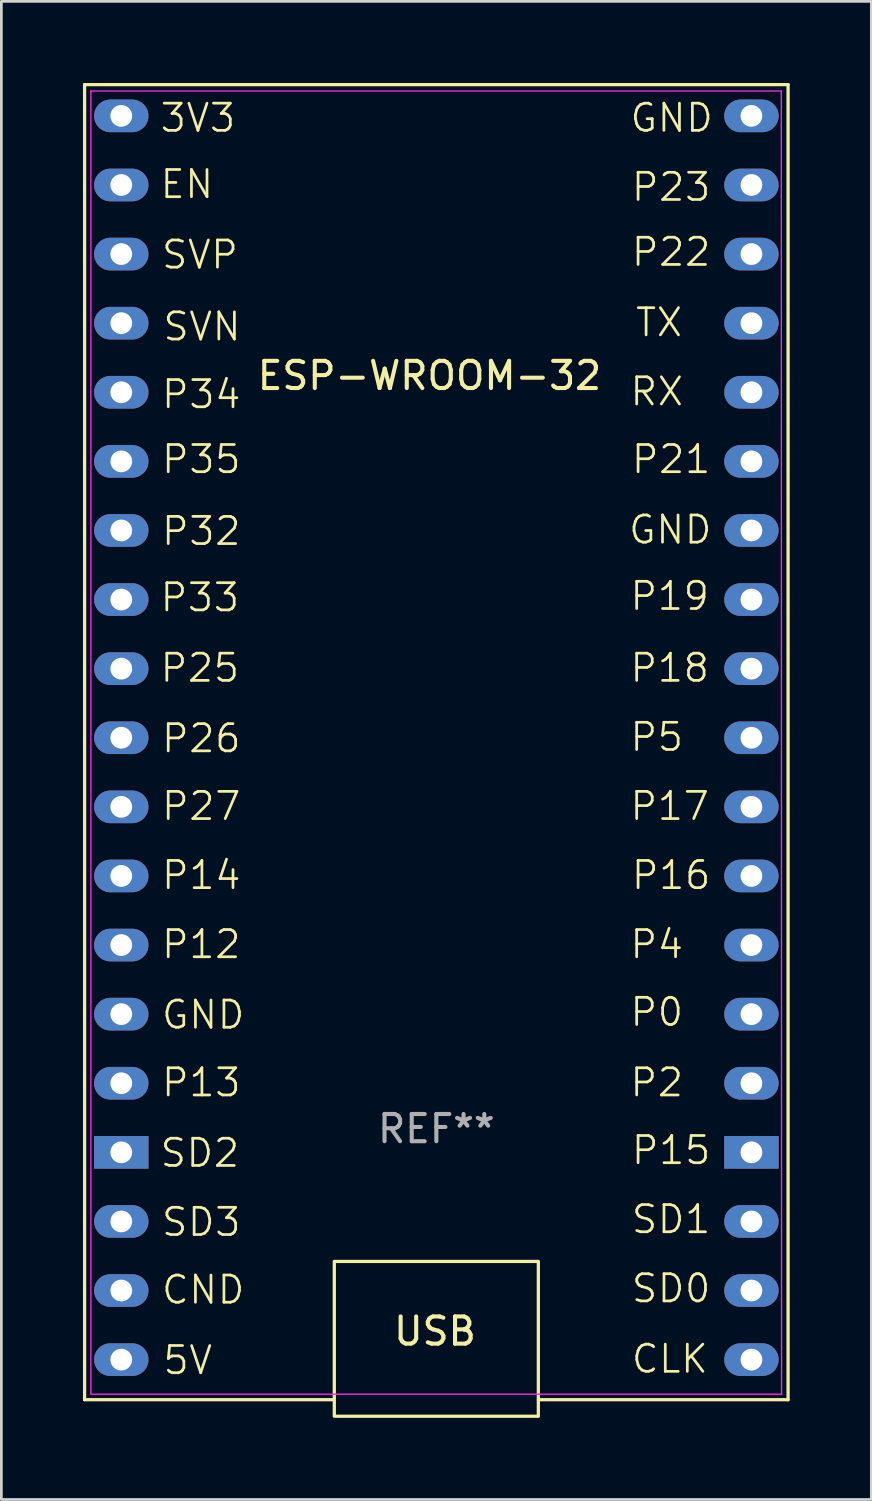
<source format=kicad_pcb>
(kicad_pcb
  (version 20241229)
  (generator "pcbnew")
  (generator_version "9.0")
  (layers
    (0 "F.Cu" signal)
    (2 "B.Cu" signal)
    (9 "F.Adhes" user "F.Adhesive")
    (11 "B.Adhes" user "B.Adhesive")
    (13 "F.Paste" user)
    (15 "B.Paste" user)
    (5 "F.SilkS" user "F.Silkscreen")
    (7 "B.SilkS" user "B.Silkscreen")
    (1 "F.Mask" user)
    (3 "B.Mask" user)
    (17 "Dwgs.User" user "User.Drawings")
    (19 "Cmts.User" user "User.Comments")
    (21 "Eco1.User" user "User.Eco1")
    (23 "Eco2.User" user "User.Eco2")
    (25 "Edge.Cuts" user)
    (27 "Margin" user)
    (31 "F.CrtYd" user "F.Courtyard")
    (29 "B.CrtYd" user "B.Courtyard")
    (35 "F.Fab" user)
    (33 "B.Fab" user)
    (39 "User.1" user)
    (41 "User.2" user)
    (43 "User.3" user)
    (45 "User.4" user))
  (footprint "ESP-WROOM-32"
    (layer "F.Cu")
    (at 1.56 10.76)
    (property "Reference" "ESP-WROOM-32" (at 11.176 0 0) (layer "F.SilkS") (effects (font (size 1 1) (thickness 0.15))))
    (attr through_hole)
    (fp_line (start -1.5 -10.7) (end -1.5 37.643) (stroke (width 0.12) (type solid)) (layer "F.SilkS"))
    (fp_line (start -1.5 37.643) (end 7.676 37.643) (stroke (width 0.12) (type solid)) (layer "F.SilkS"))
    (fp_line (start 24.36 37.643) (end 15.184 37.643) (stroke (width 0.12) (type default)) (layer "F.SilkS"))
    (fp_line (start 24.36 37.643) (end 24.36 -10.7) (stroke (width 0.12) (type solid)) (layer "F.SilkS"))
    (fp_line (start 24.36 -10.7) (end -1.5 -10.7) (stroke (width 0.12) (type solid)) (layer "F.SilkS"))
    (fp_rect (start 7.679 32.561) (end 15.179 38.252) (stroke (width 0.12) (type solid)) (fill no) (layer "F.SilkS"))
    (fp_line (start -1.27 -10.465) (end 24.11 -10.465) (stroke (width 0.05) (type solid)) (layer "F.CrtYd"))
    (fp_line (start -1.27 37.44) (end -1.27 -10.465) (stroke (width 0.05) (type solid)) (layer "F.CrtYd"))
    (fp_line (start 24.11 -10.465) (end 24.12 37.44) (stroke (width 0.05) (type solid)) (layer "F.CrtYd"))
    (fp_line (start 24.12 37.44) (end -1.26 37.44) (stroke (width 0.05) (type solid)) (layer "F.CrtYd"))
    (fp_text user "P27" (at 1.27 16.408 0) (unlocked yes) (layer "F.SilkS") (effects (font (size 1 1) (thickness 0.1)) (justify left bottom)))
    (fp_text user "GND" (at 18.44 6.248 0) (unlocked yes) (layer "F.SilkS") (effects (font (size 1 1) (thickness 0.1)) (justify left bottom)))
    (fp_text user "P21" (at 18.542 3.658 0) (unlocked yes) (layer "F.SilkS") (effects (font (size 1 1) (thickness 0.1)) (justify left bottom)))
    (fp_text user "P17" (at 18.491 16.408 0) (unlocked yes) (layer "F.SilkS") (effects (font (size 1 1) (thickness 0.1)) (justify left bottom)))
    (fp_text user "P0" (at 18.491 23.978 0) (unlocked yes) (layer "F.SilkS") (effects (font (size 1 1) (thickness 0.1)) (justify left bottom)))
    (fp_text user "P22" (at 18.542 -3.962 0) (unlocked yes) (layer "F.SilkS") (effects (font (size 1 1) (thickness 0.1)) (justify left bottom)))
    (fp_text user "P15" (at 18.542 29.058 0) (unlocked yes) (layer "F.SilkS") (effects (font (size 1 1) (thickness 0.1)) (justify left bottom)))
    (fp_text user "SD0" (at 18.542 34.138 0) (unlocked yes) (layer "F.SilkS") (effects (font (size 1 1) (thickness 0.1)) (justify left bottom)))
    (fp_text user "TX" (at 18.694 -1.372 0) (unlocked yes) (layer "F.SilkS") (effects (font (size 1 1) (thickness 0.1)) (justify left bottom)))
    (fp_text user "P4" (at 18.491 21.488 0) (unlocked yes) (layer "F.SilkS") (effects (font (size 1 1) (thickness 0.1)) (justify left bottom)))
    (fp_text user "SVN" (at 1.321 -1.219 0) (unlocked yes) (layer "F.SilkS") (effects (font (size 1 1) (thickness 0.1)) (justify left bottom)))
    (fp_text user "CLK" (at 18.542 36.728 0) (unlocked yes) (layer "F.SilkS") (effects (font (size 1 1) (thickness 0.1)) (justify left bottom)))
    (fp_text user "P26" (at 1.27 13.919 0) (unlocked yes) (layer "F.SilkS") (effects (font (size 1 1) (thickness 0.1)) (justify left bottom)))
    (fp_text user "3V3" (at 1.219 -8.89 0) (unlocked yes) (layer "F.SilkS") (effects (font (size 1 1) (thickness 0.1)) (justify left bottom)))
    (fp_text user "USB" (at 11.379 35.712 0) (unlocked yes) (layer "F.SilkS") (effects (font (size 1 1) (thickness 0.15)) (justify bottom)))
    (fp_text user "P25" (at 1.219 11.328 0) (unlocked yes) (layer "F.SilkS") (effects (font (size 1 1) (thickness 0.1)) (justify left bottom)))
    (fp_text user "P12" (at 1.27 21.488 0) (unlocked yes) (layer "F.SilkS") (effects (font (size 1 1) (thickness 0.1)) (justify left bottom)))
    (fp_text user "P13" (at 1.27 26.568 0) (unlocked yes) (layer "F.SilkS") (effects (font (size 1 1) (thickness 0.1)) (justify left bottom)))
    (fp_text user "SD3" (at 1.27 31.699 0) (unlocked yes) (layer "F.SilkS") (effects (font (size 1 1) (thickness 0.1)) (justify left bottom)))
    (fp_text user "GND" (at 1.27 24.079 0) (unlocked yes) (layer "F.SilkS") (effects (font (size 1 1) (thickness 0.1)) (justify left bottom)))
    (fp_text user "P14" (at 1.27 18.948 0) (unlocked yes) (layer "F.SilkS") (effects (font (size 1 1) (thickness 0.1)) (justify left bottom)))
    (fp_text user "5V" (at 1.321 36.779 0) (unlocked yes) (layer "F.SilkS") (effects (font (size 1 1) (thickness 0.1)) (justify left bottom)))
    (fp_text user "SVP" (at 1.27 -3.861 0) (unlocked yes) (layer "F.SilkS") (effects (font (size 1 1) (thickness 0.1)) (justify left bottom)))
    (fp_text user "EN" (at 1.219 -6.452 0) (unlocked yes) (layer "F.SilkS") (effects (font (size 1 1) (thickness 0.1)) (justify left bottom)))
    (fp_text user "SD2" (at 1.219 29.159 0) (unlocked yes) (layer "F.SilkS") (effects (font (size 1 1) (thickness 0.1)) (justify left bottom)))
    (fp_text user "P16" (at 18.542 18.948 0) (unlocked yes) (layer "F.SilkS") (effects (font (size 1 1) (thickness 0.1)) (justify left bottom)))
    (fp_text user "P35" (at 1.27 3.658 0) (unlocked yes) (layer "F.SilkS") (effects (font (size 1 1) (thickness 0.1)) (justify left bottom)))
    (fp_text user "P34" (at 1.27 1.27 0) (unlocked yes) (layer "F.SilkS") (effects (font (size 1 1) (thickness 0.1)) (justify left bottom)))
    (fp_text user "SD1" (at 18.542 31.598 0) (unlocked yes) (layer "F.SilkS") (effects (font (size 1 1) (thickness 0.1)) (justify left bottom)))
    (fp_text user "GND" (at 18.491 -8.89 0) (unlocked yes) (layer "F.SilkS") (effects (font (size 1 1) (thickness 0.1)) (justify left bottom)))
    (fp_text user "P18" (at 18.491 11.328 0) (unlocked yes) (layer "F.SilkS") (effects (font (size 1 1) (thickness 0.1)) (justify left bottom)))
    (fp_text user "P19" (at 18.491 8.687 0) (unlocked yes) (layer "F.SilkS") (effects (font (size 1 1) (thickness 0.1)) (justify left bottom)))
    (fp_text user "P32" (at 1.27 6.299 0) (unlocked yes) (layer "F.SilkS") (effects (font (size 1 1) (thickness 0.1)) (justify left bottom)))
    (fp_text user "P33" (at 1.219 8.738 0) (unlocked yes) (layer "F.SilkS") (effects (font (size 1 1) (thickness 0.1)) (justify left bottom)))
    (fp_text user "P23" (at 18.542 -6.35 0) (unlocked yes) (layer "F.SilkS") (effects (font (size 1 1) (thickness 0.1)) (justify left bottom)))
    (fp_text user "P5" (at 18.491 13.868 0) (unlocked yes) (layer "F.SilkS") (effects (font (size 1 1) (thickness 0.1)) (justify left bottom)))
    (fp_text user "P2" (at 18.491 26.568 0) (unlocked yes) (layer "F.SilkS") (effects (font (size 1 1) (thickness 0.1)) (justify left bottom)))
    (fp_text user "CND" (at 1.27 34.188 0) (unlocked yes) (layer "F.SilkS") (effects (font (size 1 1) (thickness 0.1)) (justify left bottom)))
    (fp_text user "RX" (at 18.491 1.168 0) (unlocked yes) (layer "F.SilkS") (effects (font (size 1 1) (thickness 0.1)) (justify left bottom)))
    (fp_text user "REF**" (at 11.43 27.686 0) (layer "F.Fab") (effects (font (size 1 1) (thickness 0.15))))
    (pad "1" thru_hole oval (at -0.152 -9.55 270) (size 1.2 2) (drill 0.8) (layers "*.Cu" "*.Mask" "B.Paste"))
    (pad "2" thru_hole oval (at -0.152 -7.01 270) (size 1.2 2) (drill 0.8) (layers "*.Cu" "*.Mask"))
    (pad "3" thru_hole oval (at -0.152 -4.47 270) (size 1.2 2) (drill 0.8) (layers "*.Cu" "*.Mask" "B.Paste"))
    (pad "4" thru_hole oval (at -0.152 -1.93 270) (size 1.2 2) (drill 0.8) (layers "*.Cu" "*.Mask"))
    (pad "5" thru_hole oval (at -0.152 0.61 270) (size 1.2 2) (drill 0.8) (layers "*.Cu" "*.Mask" "B.Paste"))
    (pad "6" thru_hole oval (at -0.152 3.15 270) (size 1.2 2) (drill 0.8) (layers "*.Cu" "*.Mask"))
    (pad "7" thru_hole oval (at -0.152 5.69 270) (size 1.2 2) (drill 0.8) (layers "*.Cu" "*.Mask" "B.Paste"))
    (pad "8" thru_hole oval (at -0.152 8.23 270) (size 1.2 2) (drill 0.8) (layers "*.Cu" "*.Mask"))
    (pad "9" thru_hole oval (at -0.152 10.77 270) (size 1.2 2) (drill 0.8) (layers "*.Cu" "*.Mask" "B.Paste"))
    (pad "10" thru_hole oval (at -0.152 13.31 270) (size 1.2 2) (drill 0.8) (layers "*.Cu" "*.Mask"))
    (pad "11" thru_hole oval (at -0.152 15.85 270) (size 1.2 2) (drill 0.8) (layers "*.Cu" "*.Mask" "B.Paste"))
    (pad "12" thru_hole oval (at -0.152 18.39 270) (size 1.2 2) (drill 0.8) (layers "*.Cu" "*.Mask"))
    (pad "13" thru_hole oval (at -0.152 20.93 270) (size 1.2 2) (drill 0.8) (layers "*.Cu" "*.Mask" "B.Paste"))
    (pad "14" thru_hole oval (at -0.152 23.47 270) (size 1.2 2) (drill 0.8) (layers "*.Cu" "*.Mask"))
    (pad "15" thru_hole oval (at -0.152 26.01 270) (size 1.2 2) (drill 0.8) (layers "*.Cu" "*.Mask" "B.Paste"))
    (pad "16" thru_hole rect (at -0.152 28.55 270) (size 1.2 2) (drill 0.8) (layers "*.Cu" "*.Mask"))
    (pad "17" thru_hole oval (at -0.152 31.09 270) (size 1.2 2) (drill 0.8) (layers "*.Cu" "*.Mask"))
    (pad "18" thru_hole oval (at -0.152 33.63 270) (size 1.2 2) (drill 0.8) (layers "*.Cu" "*.Mask" "B.Paste"))
    (pad "19" thru_hole oval (at -0.152 36.17 270) (size 1.2 2) (drill 0.8) (layers "*.Cu" "*.Mask"))
    (pad "20" thru_hole oval (at 23.012 -9.55 270) (size 1.2 2) (drill 0.8) (layers "*.Cu" "*.Mask" "B.Paste"))
    (pad "21" thru_hole oval (at 23.012 -7.01 270) (size 1.2 2) (drill 0.8) (layers "*.Cu" "*.Mask"))
    (pad "22" thru_hole oval (at 23.012 -4.47 270) (size 1.2 2) (drill 0.8) (layers "*.Cu" "*.Mask" "B.Paste"))
    (pad "23" thru_hole oval (at 23.012 -1.93 270) (size 1.2 2) (drill 0.8) (layers "*.Cu" "*.Mask"))
    (pad "24" thru_hole oval (at 23.012 0.61 270) (size 1.2 2) (drill 0.8) (layers "*.Cu" "*.Mask" "B.Paste"))
    (pad "25" thru_hole oval (at 23.012 3.15 270) (size 1.2 2) (drill 0.8) (layers "*.Cu" "*.Mask"))
    (pad "26" thru_hole oval (at 23.012 5.69 270) (size 1.2 2) (drill 0.8) (layers "*.Cu" "*.Mask" "B.Paste"))
    (pad "27" thru_hole oval (at 23.012 8.23 270) (size 1.2 2) (drill 0.8) (layers "*.Cu" "*.Mask"))
    (pad "28" thru_hole oval (at 23.012 10.77 270) (size 1.2 2) (drill 0.8) (layers "*.Cu" "*.Mask" "B.Paste"))
    (pad "29" thru_hole oval (at 23.012 13.31 270) (size 1.2 2) (drill 0.8) (layers "*.Cu" "*.Mask"))
    (pad "30" thru_hole oval (at 23.012 15.85 270) (size 1.2 2) (drill 0.8) (layers "*.Cu" "*.Mask" "B.Paste"))
    (pad "31" thru_hole oval (at 23.012 18.39 270) (size 1.2 2) (drill 0.8) (layers "*.Cu" "*.Mask"))
    (pad "32" thru_hole oval (at 23.012 20.93 270) (size 1.2 2) (drill 0.8) (layers "*.Cu" "*.Mask" "B.Paste"))
    (pad "33" thru_hole oval (at 23.012 23.47 270) (size 1.2 2) (drill 0.8) (layers "*.Cu" "*.Mask"))
    (pad "34" thru_hole oval (at 23.012 26.01 270) (size 1.2 2) (drill 0.8) (layers "*.Cu" "*.Mask" "B.Paste"))
    (pad "35" thru_hole rect (at 23.012 28.55 270) (size 1.2 2) (drill 0.8) (layers "*.Cu" "*.Mask"))
    (pad "36" thru_hole oval (at 23.012 31.09 270) (size 1.2 2) (drill 0.8) (layers "*.Cu" "*.Mask"))
    (pad "37" thru_hole oval (at 23.012 33.63 270) (size 1.2 2) (drill 0.8) (layers "*.Cu" "*.Mask" "B.Paste"))
    (pad "38" thru_hole oval (at 23.012 36.17 270) (size 1.2 2) (drill 0.8) (layers "*.Cu" "*.Mask")))
  (gr_rect
    (start -3 -3)
    (end 28.98 52.072)
    (stroke (width 0.1) (type default))
    (fill no)
    (layer "Edge.Cuts")))
</source>
